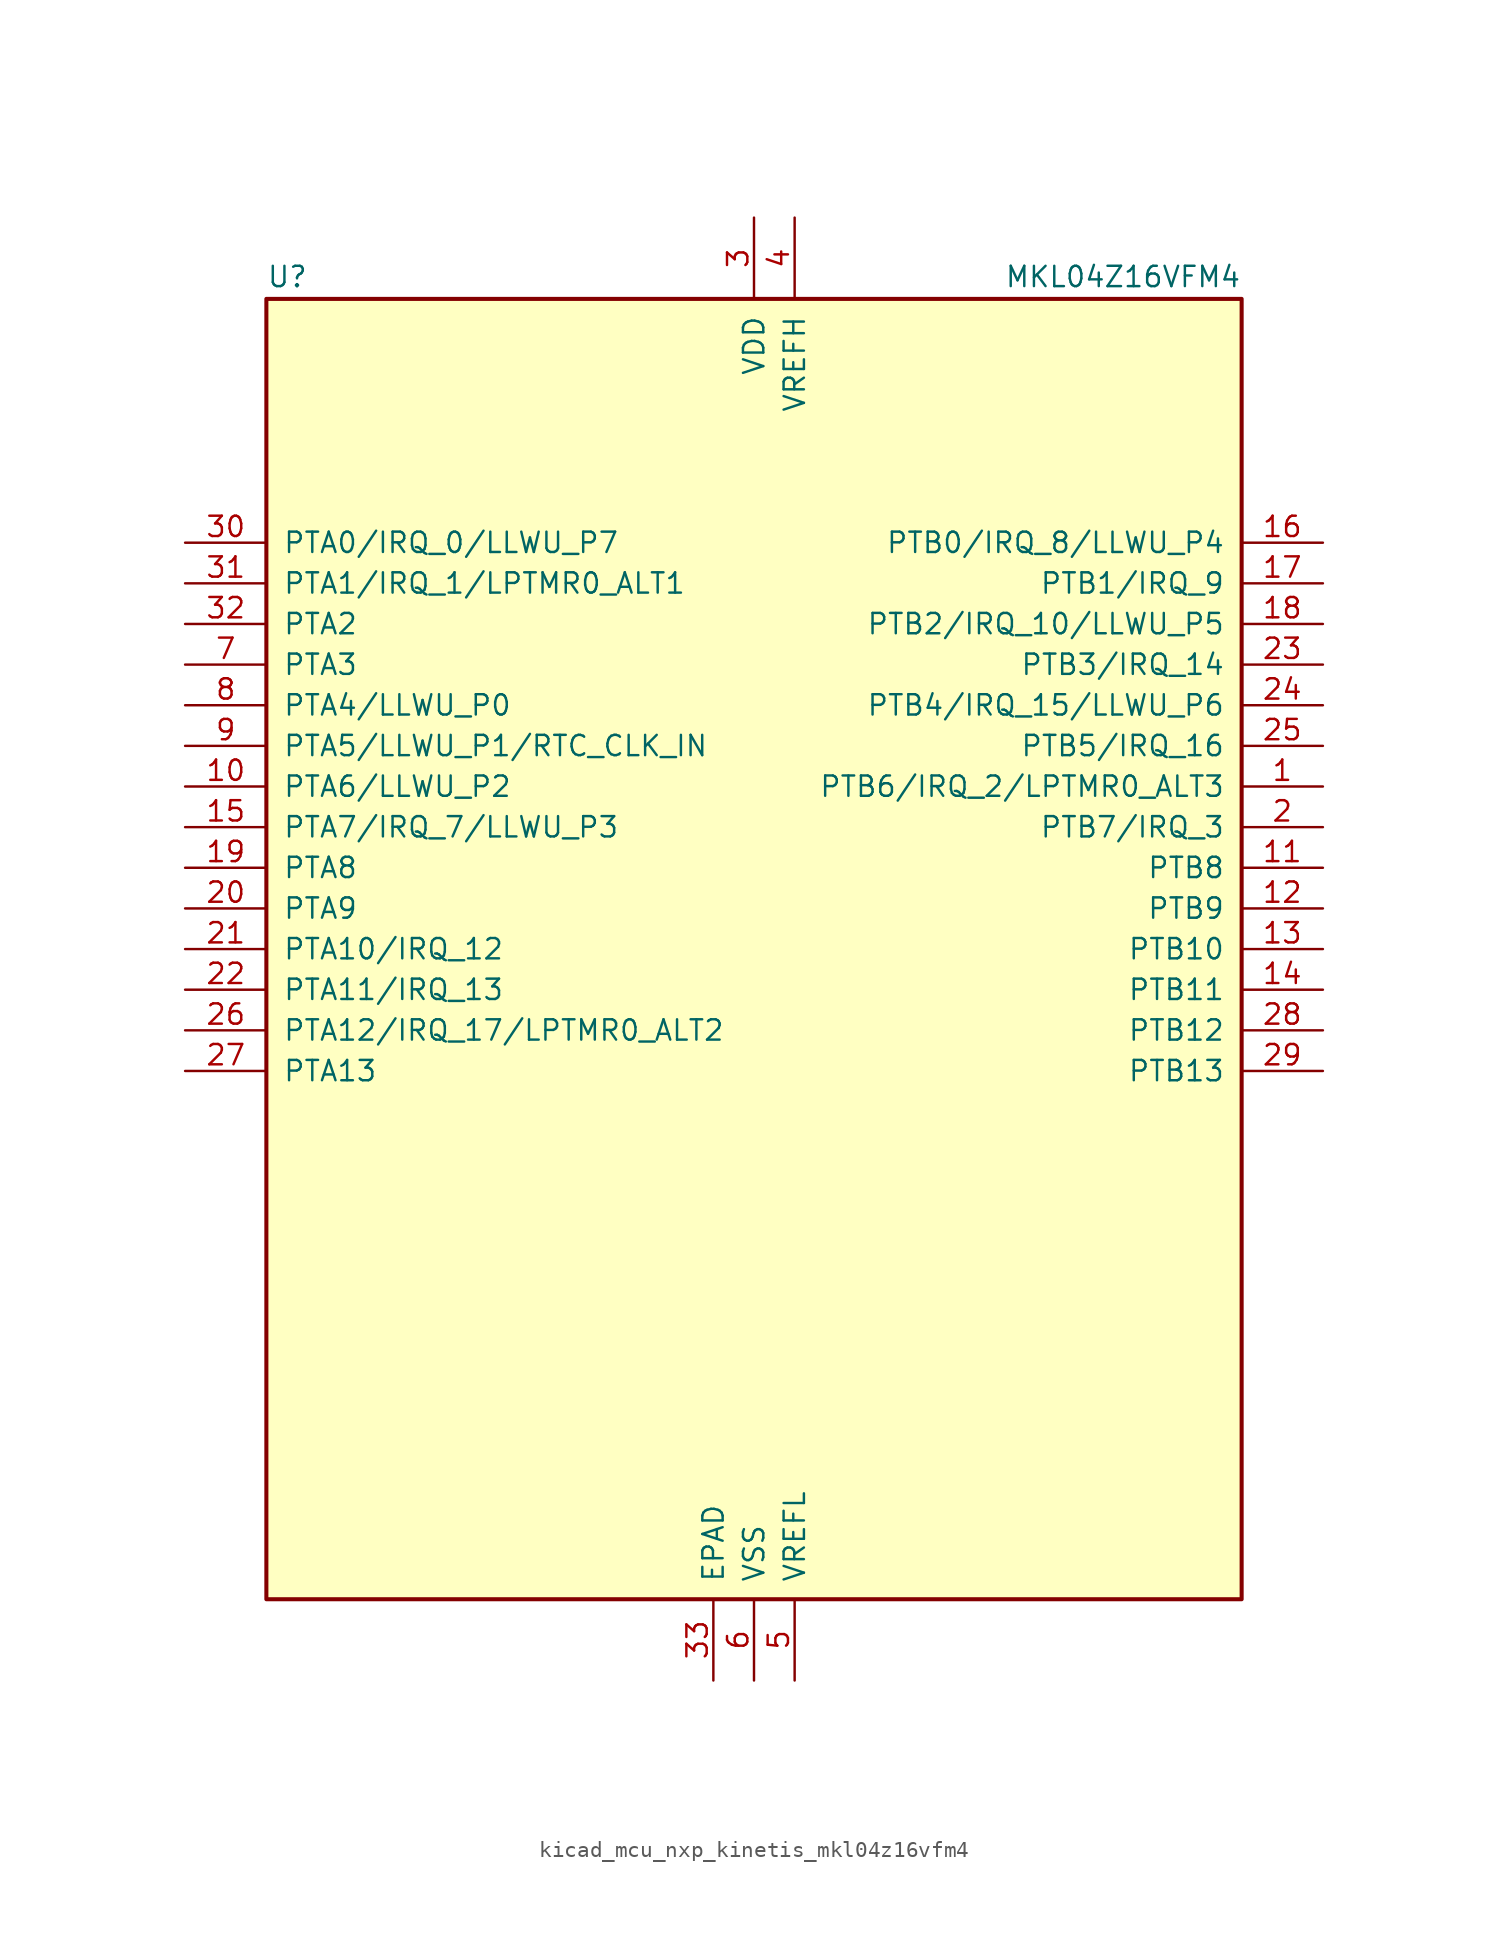
<source format=kicad_sym>
(kicad_symbol_lib
  (version 20220914)
  (generator kicad_symbol_editor)
  (symbol "kicad_mcu_nxp_kinetis_mkl04z16vfm4"
    (pin_names
      (offset 1.016))
    (property "Reference" "U"
      (at -30.48 41.275 0)
      (effects (font (size 1.27 1.27)) (justify left bottom)))
    (property "Value" "MKL04Z16VFM4"
      (at 30.48 41.275 0)
      (effects (font (size 1.27 1.27)) (justify right bottom)))
    (symbol "kicad_mcu_nxp_kinetis_mkl04z16vfm4_0_1"
      (rectangle (start -30.48 40.64) (end 30.48 -40.64) (stroke (width 0.254) (type default)) (fill (type background))))
    (symbol "kicad_mcu_nxp_kinetis_mkl04z16vfm4_1_1"
      (pin bidirectional line (at 35.56 10.16 180) (length 5.08) (name "PTB6/IRQ_2/LPTMR0_ALT3" (effects (font (size 1.27 1.27)))) (number "1" (effects (font (size 1.27 1.27)))))
      (pin bidirectional line (at -35.56 10.16 0) (length 5.08) (name "PTA6/LLWU_P2" (effects (font (size 1.27 1.27)))) (number "10" (effects (font (size 1.27 1.27)))))
      (pin bidirectional line (at 35.56 5.08 180) (length 5.08) (name "PTB8" (effects (font (size 1.27 1.27)))) (number "11" (effects (font (size 1.27 1.27)))))
      (pin bidirectional line (at 35.56 2.54 180) (length 5.08) (name "PTB9" (effects (font (size 1.27 1.27)))) (number "12" (effects (font (size 1.27 1.27)))))
      (pin bidirectional line (at 35.56 0 180) (length 5.08) (name "PTB10" (effects (font (size 1.27 1.27)))) (number "13" (effects (font (size 1.27 1.27)))))
      (pin bidirectional line (at 35.56 -2.54 180) (length 5.08) (name "PTB11" (effects (font (size 1.27 1.27)))) (number "14" (effects (font (size 1.27 1.27)))))
      (pin bidirectional line (at -35.56 7.62 0) (length 5.08) (name "PTA7/IRQ_7/LLWU_P3" (effects (font (size 1.27 1.27)))) (number "15" (effects (font (size 1.27 1.27)))))
      (pin bidirectional line (at 35.56 25.4 180) (length 5.08) (name "PTB0/IRQ_8/LLWU_P4" (effects (font (size 1.27 1.27)))) (number "16" (effects (font (size 1.27 1.27)))))
      (pin bidirectional line (at 35.56 22.86 180) (length 5.08) (name "PTB1/IRQ_9" (effects (font (size 1.27 1.27)))) (number "17" (effects (font (size 1.27 1.27)))))
      (pin bidirectional line (at 35.56 20.32 180) (length 5.08) (name "PTB2/IRQ_10/LLWU_P5" (effects (font (size 1.27 1.27)))) (number "18" (effects (font (size 1.27 1.27)))))
      (pin bidirectional line (at -35.56 5.08 0) (length 5.08) (name "PTA8" (effects (font (size 1.27 1.27)))) (number "19" (effects (font (size 1.27 1.27)))))
      (pin bidirectional line (at 35.56 7.62 180) (length 5.08) (name "PTB7/IRQ_3" (effects (font (size 1.27 1.27)))) (number "2" (effects (font (size 1.27 1.27)))))
      (pin bidirectional line (at -35.56 2.54 0) (length 5.08) (name "PTA9" (effects (font (size 1.27 1.27)))) (number "20" (effects (font (size 1.27 1.27)))))
      (pin bidirectional line (at -35.56 0 0) (length 5.08) (name "PTA10/IRQ_12" (effects (font (size 1.27 1.27)))) (number "21" (effects (font (size 1.27 1.27)))))
      (pin bidirectional line (at -35.56 -2.54 0) (length 5.08) (name "PTA11/IRQ_13" (effects (font (size 1.27 1.27)))) (number "22" (effects (font (size 1.27 1.27)))))
      (pin bidirectional line (at 35.56 17.78 180) (length 5.08) (name "PTB3/IRQ_14" (effects (font (size 1.27 1.27)))) (number "23" (effects (font (size 1.27 1.27)))))
      (pin bidirectional line (at 35.56 15.24 180) (length 5.08) (name "PTB4/IRQ_15/LLWU_P6" (effects (font (size 1.27 1.27)))) (number "24" (effects (font (size 1.27 1.27)))))
      (pin bidirectional line (at 35.56 12.7 180) (length 5.08) (name "PTB5/IRQ_16" (effects (font (size 1.27 1.27)))) (number "25" (effects (font (size 1.27 1.27)))))
      (pin bidirectional line (at -35.56 -5.08 0) (length 5.08) (name "PTA12/IRQ_17/LPTMR0_ALT2" (effects (font (size 1.27 1.27)))) (number "26" (effects (font (size 1.27 1.27)))))
      (pin bidirectional line (at -35.56 -7.62 0) (length 5.08) (name "PTA13" (effects (font (size 1.27 1.27)))) (number "27" (effects (font (size 1.27 1.27)))))
      (pin bidirectional line (at 35.56 -5.08 180) (length 5.08) (name "PTB12" (effects (font (size 1.27 1.27)))) (number "28" (effects (font (size 1.27 1.27)))))
      (pin bidirectional line (at 35.56 -7.62 180) (length 5.08) (name "PTB13" (effects (font (size 1.27 1.27)))) (number "29" (effects (font (size 1.27 1.27)))))
      (pin power_in line (at 0 45.72 270) (length 5.08) (name "VDD" (effects (font (size 1.27 1.27)))) (number "3" (effects (font (size 1.27 1.27)))))
      (pin bidirectional line (at -35.56 25.4 0) (length 5.08) (name "PTA0/IRQ_0/LLWU_P7" (effects (font (size 1.27 1.27)))) (number "30" (effects (font (size 1.27 1.27)))))
      (pin bidirectional line (at -35.56 22.86 0) (length 5.08) (name "PTA1/IRQ_1/LPTMR0_ALT1" (effects (font (size 1.27 1.27)))) (number "31" (effects (font (size 1.27 1.27)))))
      (pin bidirectional line (at -35.56 20.32 0) (length 5.08) (name "PTA2" (effects (font (size 1.27 1.27)))) (number "32" (effects (font (size 1.27 1.27)))))
      (pin power_in line (at -2.54 -45.72 90) (length 5.08) (name "EPAD" (effects (font (size 1.27 1.27)))) (number "33" (effects (font (size 1.27 1.27)))))
      (pin power_in line (at 2.54 45.72 270) (length 5.08) (name "VREFH" (effects (font (size 1.27 1.27)))) (number "4" (effects (font (size 1.27 1.27)))))
      (pin power_in line (at 2.54 -45.72 90) (length 5.08) (name "VREFL" (effects (font (size 1.27 1.27)))) (number "5" (effects (font (size 1.27 1.27)))))
      (pin power_in line (at 0 -45.72 90) (length 5.08) (name "VSS" (effects (font (size 1.27 1.27)))) (number "6" (effects (font (size 1.27 1.27)))))
      (pin bidirectional line (at -35.56 17.78 0) (length 5.08) (name "PTA3" (effects (font (size 1.27 1.27)))) (number "7" (effects (font (size 1.27 1.27)))))
      (pin bidirectional line (at -35.56 15.24 0) (length 5.08) (name "PTA4/LLWU_P0" (effects (font (size 1.27 1.27)))) (number "8" (effects (font (size 1.27 1.27)))))
      (pin bidirectional line (at -35.56 12.7 0) (length 5.08) (name "PTA5/LLWU_P1/RTC_CLK_IN" (effects (font (size 1.27 1.27)))) (number "9" (effects (font (size 1.27 1.27))))))))
</source>
